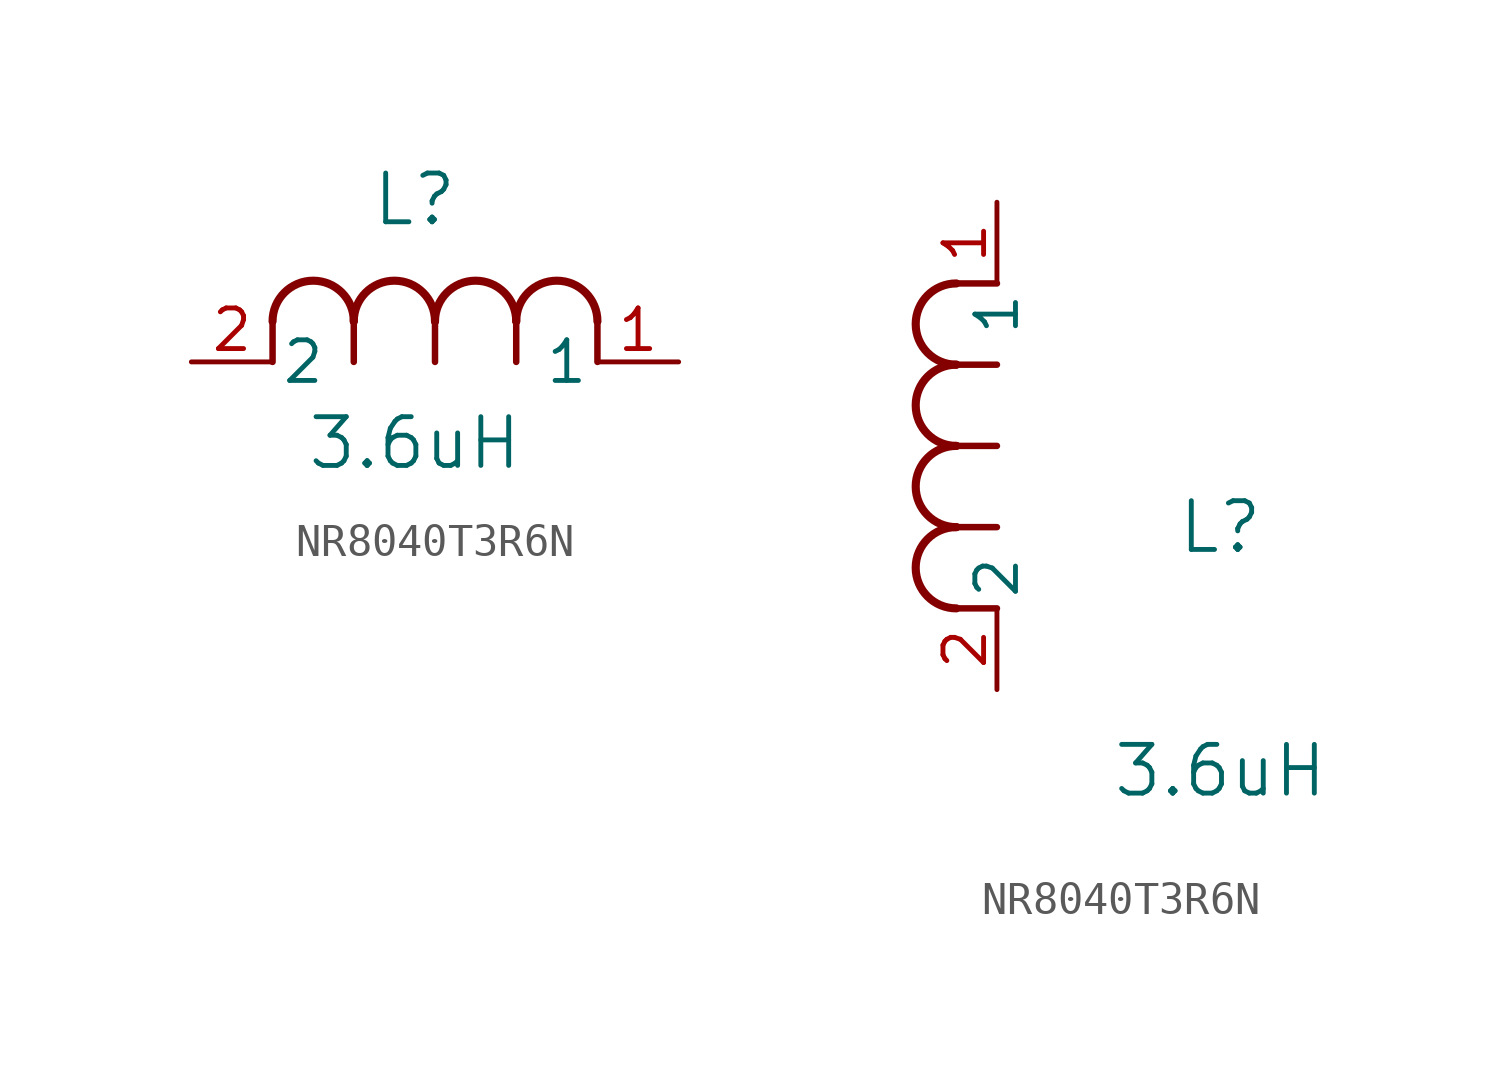
<source format=kicad_sym>
(kicad_symbol_lib
  (version 20220914)
  (generator kicad_symbol_editor)
  (symbol "NR8040T3R6N"
    (pin_names
      (offset 0.254))
    (property "Reference" "L"
      (at 6.985 5.08 0)
      (effects (font (size 1.524 1.524))))
    (property "Value" "3.6uH"
      (at 6.985 -2.54 0)
      (effects (font (size 1.524 1.524))))
    (symbol "NR8040T3R6N_1_1"
      (polyline (pts (xy 2.54 0) (xy 2.54 1.27)) (stroke (width 0.203) (type default)) (fill (type none)))
      (polyline (pts (xy 5.08 0) (xy 5.08 1.27)) (stroke (width 0.203) (type default)) (fill (type none)))
      (polyline (pts (xy 7.62 0) (xy 7.62 1.27)) (stroke (width 0.203) (type default)) (fill (type none)))
      (polyline (pts (xy 10.16 0) (xy 10.16 1.27)) (stroke (width 0.203) (type default)) (fill (type none)))
      (polyline (pts (xy 12.7 0) (xy 12.7 1.27)) (stroke (width 0.203) (type default)) (fill (type none)))
      (arc (start 5.08 1.27) (mid 3.81 2.5345) (end 2.54 1.27) (stroke (width 0.254) (type default)) (fill (type none)))
      (arc (start 7.62 1.27) (mid 6.35 2.5345) (end 5.08 1.27) (stroke (width 0.254) (type default)) (fill (type none)))
      (arc (start 10.16 1.27) (mid 8.89 2.5345) (end 7.62 1.27) (stroke (width 0.254) (type default)) (fill (type none)))
      (arc (start 12.7 1.27) (mid 11.43 2.5345) (end 10.16 1.27) (stroke (width 0.254) (type default)) (fill (type none)))
      (pin unspecified line (at 15.24 0 180) (length 2.54) (name "1" (effects (font (size 1.27 1.27)))) (number "1" (effects (font (size 1.27 1.27)))))
      (pin unspecified line (at 0 0 0) (length 2.54) (name "2" (effects (font (size 1.27 1.27)))) (number "2" (effects (font (size 1.27 1.27))))))
    (symbol "NR8040T3R6N_1_2"
      (arc (start -1.27 5.08) (mid -2.5345 3.81) (end -1.27 2.54) (stroke (width 0.254) (type default)) (fill (type none)))
      (arc (start -1.27 7.62) (mid -2.5345 6.35) (end -1.27 5.08) (stroke (width 0.254) (type default)) (fill (type none)))
      (arc (start -1.27 10.16) (mid -2.5345 8.89) (end -1.27 7.62) (stroke (width 0.254) (type default)) (fill (type none)))
      (arc (start -1.27 12.7) (mid -2.5345 11.43) (end -1.27 10.16) (stroke (width 0.254) (type default)) (fill (type none)))
      (polyline (pts (xy 0 2.54) (xy -1.27 2.54)) (stroke (width 0.203) (type default)) (fill (type none)))
      (polyline (pts (xy 0 5.08) (xy -1.27 5.08)) (stroke (width 0.203) (type default)) (fill (type none)))
      (polyline (pts (xy 0 7.62) (xy -1.27 7.62)) (stroke (width 0.203) (type default)) (fill (type none)))
      (polyline (pts (xy 0 10.16) (xy -1.27 10.16)) (stroke (width 0.203) (type default)) (fill (type none)))
      (polyline (pts (xy 0 12.7) (xy -1.27 12.7)) (stroke (width 0.203) (type default)) (fill (type none)))
      (pin unspecified line (at 0 15.24 270) (length 2.54) (name "1" (effects (font (size 1.27 1.27)))) (number "1" (effects (font (size 1.27 1.27)))))
      (pin unspecified line (at 0 0 90) (length 2.54) (name "2" (effects (font (size 1.27 1.27)))) (number "2" (effects (font (size 1.27 1.27))))))))
</source>
